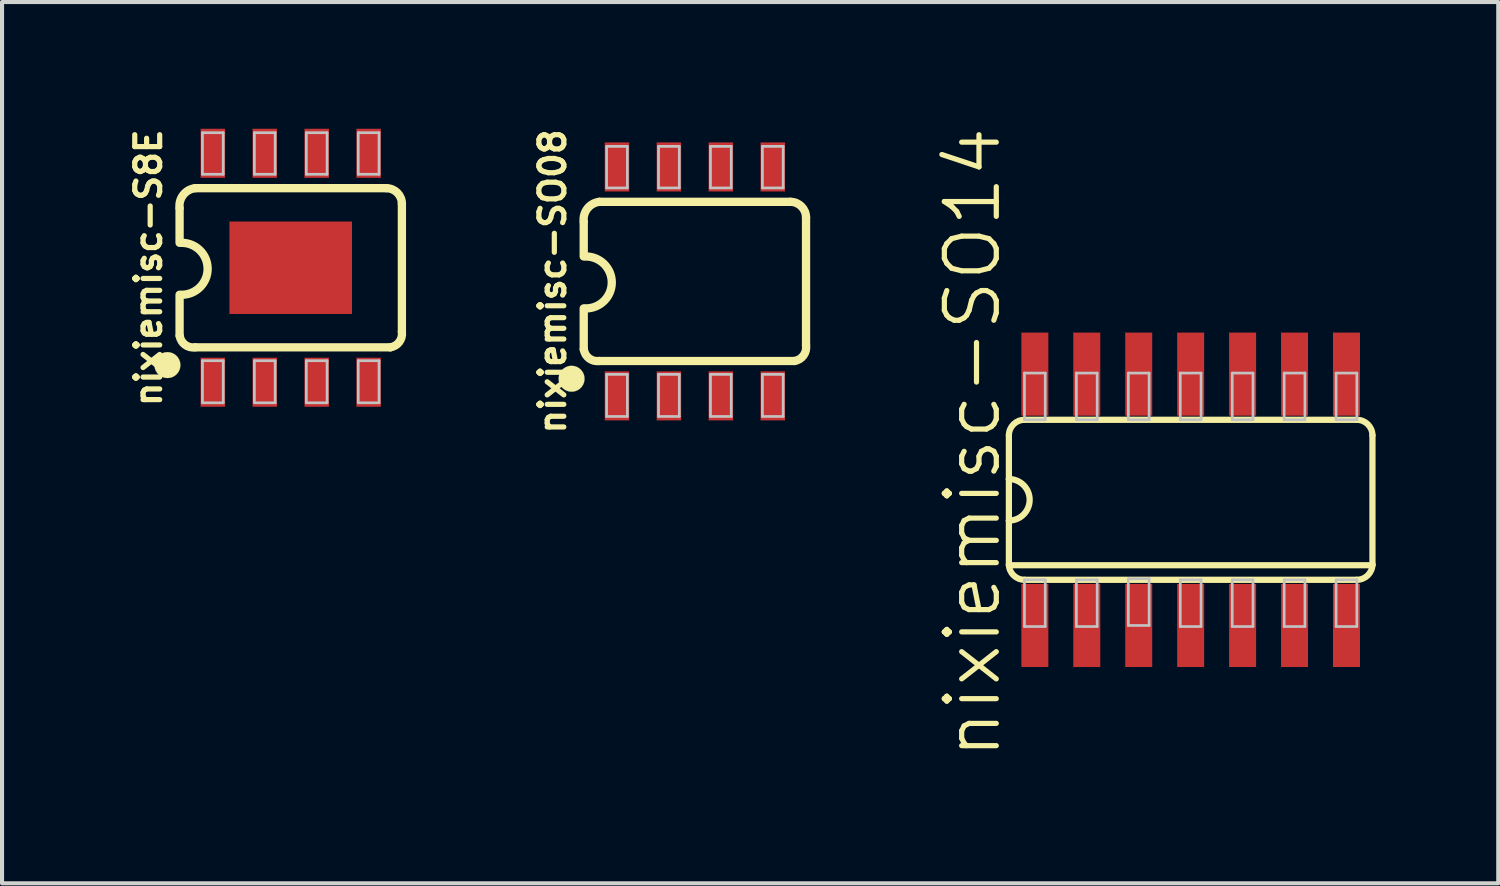
<source format=kicad_pcb>
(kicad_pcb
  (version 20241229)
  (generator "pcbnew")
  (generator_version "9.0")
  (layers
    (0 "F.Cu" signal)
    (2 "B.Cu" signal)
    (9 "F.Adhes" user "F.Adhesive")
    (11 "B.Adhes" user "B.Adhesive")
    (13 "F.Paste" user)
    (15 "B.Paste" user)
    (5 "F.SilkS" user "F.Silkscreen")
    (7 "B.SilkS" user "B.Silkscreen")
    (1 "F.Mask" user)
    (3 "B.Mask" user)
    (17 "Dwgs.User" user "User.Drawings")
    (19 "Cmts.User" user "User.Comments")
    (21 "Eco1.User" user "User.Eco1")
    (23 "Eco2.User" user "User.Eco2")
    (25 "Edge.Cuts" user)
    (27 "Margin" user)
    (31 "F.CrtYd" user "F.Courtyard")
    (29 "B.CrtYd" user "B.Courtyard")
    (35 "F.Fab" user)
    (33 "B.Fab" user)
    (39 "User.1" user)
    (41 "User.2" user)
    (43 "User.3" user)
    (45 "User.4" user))
  (footprint "nixiemisc-SO14"
    (layer "F.Cu")
    (at 26.064 9.171)
    (property "Reference" "nixiemisc-SO14" (at -5.334 -1.397 90) (layer "F.SilkS") (effects (font (size 1.27 1.27) (thickness 0.127))))
    (attr smd)
    (fp_line (start -4.445 -1.575) (end -4.445 -0.508) (stroke (width 0.152) (type solid)) (layer "F.SilkS"))
    (fp_line (start -4.445 -0.508) (end -4.445 0.508) (stroke (width 0.152) (type solid)) (layer "F.SilkS"))
    (fp_line (start -4.445 0.508) (end -4.445 1.575) (stroke (width 0.152) (type solid)) (layer "F.SilkS"))
    (fp_line (start -4.445 1.6) (end 4.445 1.6) (stroke (width 0.152) (type solid)) (layer "F.SilkS"))
    (fp_line (start -4.064 1.956) (end 4.064 1.956) (stroke (width 0.152) (type solid)) (layer "F.SilkS"))
    (fp_line (start 4.064 -1.956) (end -4.064 -1.956) (stroke (width 0.152) (type solid)) (layer "F.SilkS"))
    (fp_line (start 4.445 1.575) (end 4.445 -1.575) (stroke (width 0.152) (type solid)) (layer "F.SilkS"))
    (fp_arc (start -4.445 -1.5748) (mid -4.333408 -1.844208) (end -4.064 -1.9558) (stroke (width 0.1524) (type solid)) (layer "F.SilkS"))
    (fp_arc (start -4.445 -0.508) (mid -3.937 0) (end -4.445 0.508) (stroke (width 0.1524) (type solid)) (layer "F.SilkS"))
    (fp_arc (start -4.064 1.9558) (mid -4.333408 1.844208) (end -4.445 1.5748) (stroke (width 0.1524) (type solid)) (layer "F.SilkS"))
    (fp_arc (start 4.064 -1.9558) (mid 4.333408 -1.844208) (end 4.445 -1.5748) (stroke (width 0.1524) (type solid)) (layer "F.SilkS"))
    (fp_arc (start 4.445 1.5748) (mid 4.333408 1.844208) (end 4.064 1.9558) (stroke (width 0.1524) (type solid)) (layer "F.SilkS"))
    (fp_line (start -4.064 -3.099) (end -3.556 -3.099) (stroke (width 0.066) (type solid)) (layer "Dwgs.User"))
    (fp_line (start -4.064 -1.956) (end -4.064 -3.099) (stroke (width 0.066) (type solid)) (layer "Dwgs.User"))
    (fp_line (start -4.064 -1.956) (end -3.556 -1.956) (stroke (width 0.066) (type solid)) (layer "Dwgs.User"))
    (fp_line (start -4.064 1.956) (end -3.556 1.956) (stroke (width 0.066) (type solid)) (layer "Dwgs.User"))
    (fp_line (start -4.064 3.099) (end -4.064 1.956) (stroke (width 0.066) (type solid)) (layer "Dwgs.User"))
    (fp_line (start -4.064 3.099) (end -3.556 3.099) (stroke (width 0.066) (type solid)) (layer "Dwgs.User"))
    (fp_line (start -3.556 -1.956) (end -3.556 -3.099) (stroke (width 0.066) (type solid)) (layer "Dwgs.User"))
    (fp_line (start -3.556 3.099) (end -3.556 1.956) (stroke (width 0.066) (type solid)) (layer "Dwgs.User"))
    (fp_line (start -2.794 -3.099) (end -2.286 -3.099) (stroke (width 0.066) (type solid)) (layer "Dwgs.User"))
    (fp_line (start -2.794 -1.956) (end -2.794 -3.099) (stroke (width 0.066) (type solid)) (layer "Dwgs.User"))
    (fp_line (start -2.794 -1.956) (end -2.286 -1.956) (stroke (width 0.066) (type solid)) (layer "Dwgs.User"))
    (fp_line (start -2.794 1.956) (end -2.286 1.956) (stroke (width 0.066) (type solid)) (layer "Dwgs.User"))
    (fp_line (start -2.794 3.099) (end -2.794 1.956) (stroke (width 0.066) (type solid)) (layer "Dwgs.User"))
    (fp_line (start -2.794 3.099) (end -2.286 3.099) (stroke (width 0.066) (type solid)) (layer "Dwgs.User"))
    (fp_line (start -2.286 -1.956) (end -2.286 -3.099) (stroke (width 0.066) (type solid)) (layer "Dwgs.User"))
    (fp_line (start -2.286 3.099) (end -2.286 1.956) (stroke (width 0.066) (type solid)) (layer "Dwgs.User"))
    (fp_line (start -1.524 -3.099) (end -1.016 -3.099) (stroke (width 0.066) (type solid)) (layer "Dwgs.User"))
    (fp_line (start -1.524 -1.956) (end -1.524 -3.099) (stroke (width 0.066) (type solid)) (layer "Dwgs.User"))
    (fp_line (start -1.524 -1.956) (end -1.016 -1.956) (stroke (width 0.066) (type solid)) (layer "Dwgs.User"))
    (fp_line (start -1.524 1.93) (end -1.016 1.93) (stroke (width 0.066) (type solid)) (layer "Dwgs.User"))
    (fp_line (start -1.524 3.073) (end -1.524 1.93) (stroke (width 0.066) (type solid)) (layer "Dwgs.User"))
    (fp_line (start -1.524 3.073) (end -1.016 3.073) (stroke (width 0.066) (type solid)) (layer "Dwgs.User"))
    (fp_line (start -1.016 -1.956) (end -1.016 -3.099) (stroke (width 0.066) (type solid)) (layer "Dwgs.User"))
    (fp_line (start -1.016 3.073) (end -1.016 1.93) (stroke (width 0.066) (type solid)) (layer "Dwgs.User"))
    (fp_line (start -0.254 -3.099) (end 0.254 -3.099) (stroke (width 0.066) (type solid)) (layer "Dwgs.User"))
    (fp_line (start -0.254 -1.956) (end -0.254 -3.099) (stroke (width 0.066) (type solid)) (layer "Dwgs.User"))
    (fp_line (start -0.254 -1.956) (end 0.254 -1.956) (stroke (width 0.066) (type solid)) (layer "Dwgs.User"))
    (fp_line (start -0.254 1.956) (end 0.254 1.956) (stroke (width 0.066) (type solid)) (layer "Dwgs.User"))
    (fp_line (start -0.254 3.099) (end -0.254 1.956) (stroke (width 0.066) (type solid)) (layer "Dwgs.User"))
    (fp_line (start -0.254 3.099) (end 0.254 3.099) (stroke (width 0.066) (type solid)) (layer "Dwgs.User"))
    (fp_line (start 0.254 -1.956) (end 0.254 -3.099) (stroke (width 0.066) (type solid)) (layer "Dwgs.User"))
    (fp_line (start 0.254 3.099) (end 0.254 1.956) (stroke (width 0.066) (type solid)) (layer "Dwgs.User"))
    (fp_line (start 1.016 -3.099) (end 1.524 -3.099) (stroke (width 0.066) (type solid)) (layer "Dwgs.User"))
    (fp_line (start 1.016 -1.956) (end 1.016 -3.099) (stroke (width 0.066) (type solid)) (layer "Dwgs.User"))
    (fp_line (start 1.016 -1.956) (end 1.524 -1.956) (stroke (width 0.066) (type solid)) (layer "Dwgs.User"))
    (fp_line (start 1.016 1.956) (end 1.524 1.956) (stroke (width 0.066) (type solid)) (layer "Dwgs.User"))
    (fp_line (start 1.016 3.099) (end 1.016 1.956) (stroke (width 0.066) (type solid)) (layer "Dwgs.User"))
    (fp_line (start 1.016 3.099) (end 1.524 3.099) (stroke (width 0.066) (type solid)) (layer "Dwgs.User"))
    (fp_line (start 1.524 -1.956) (end 1.524 -3.099) (stroke (width 0.066) (type solid)) (layer "Dwgs.User"))
    (fp_line (start 1.524 3.099) (end 1.524 1.956) (stroke (width 0.066) (type solid)) (layer "Dwgs.User"))
    (fp_line (start 2.286 -3.099) (end 2.794 -3.099) (stroke (width 0.066) (type solid)) (layer "Dwgs.User"))
    (fp_line (start 2.286 -1.956) (end 2.286 -3.099) (stroke (width 0.066) (type solid)) (layer "Dwgs.User"))
    (fp_line (start 2.286 -1.956) (end 2.794 -1.956) (stroke (width 0.066) (type solid)) (layer "Dwgs.User"))
    (fp_line (start 2.286 1.956) (end 2.794 1.956) (stroke (width 0.066) (type solid)) (layer "Dwgs.User"))
    (fp_line (start 2.286 3.099) (end 2.286 1.956) (stroke (width 0.066) (type solid)) (layer "Dwgs.User"))
    (fp_line (start 2.286 3.099) (end 2.794 3.099) (stroke (width 0.066) (type solid)) (layer "Dwgs.User"))
    (fp_line (start 2.794 -1.956) (end 2.794 -3.099) (stroke (width 0.066) (type solid)) (layer "Dwgs.User"))
    (fp_line (start 2.794 3.099) (end 2.794 1.956) (stroke (width 0.066) (type solid)) (layer "Dwgs.User"))
    (fp_line (start 3.556 -3.099) (end 4.064 -3.099) (stroke (width 0.066) (type solid)) (layer "Dwgs.User"))
    (fp_line (start 3.556 -1.956) (end 3.556 -3.099) (stroke (width 0.066) (type solid)) (layer "Dwgs.User"))
    (fp_line (start 3.556 -1.956) (end 4.064 -1.956) (stroke (width 0.066) (type solid)) (layer "Dwgs.User"))
    (fp_line (start 3.556 1.956) (end 4.064 1.956) (stroke (width 0.066) (type solid)) (layer "Dwgs.User"))
    (fp_line (start 3.556 3.099) (end 3.556 1.956) (stroke (width 0.066) (type solid)) (layer "Dwgs.User"))
    (fp_line (start 3.556 3.099) (end 4.064 3.099) (stroke (width 0.066) (type solid)) (layer "Dwgs.User"))
    (fp_line (start 4.064 -1.956) (end 4.064 -3.099) (stroke (width 0.066) (type solid)) (layer "Dwgs.User"))
    (fp_line (start 4.064 3.099) (end 4.064 1.956) (stroke (width 0.066) (type solid)) (layer "Dwgs.User"))
    (pad "1" smd rect (at -3.81 3.073) (size 0.66 2.032) (layers "F.Cu" "F.Mask" "F.Paste"))
    (pad "2" smd rect (at -2.54 3.073) (size 0.66 2.032) (layers "F.Cu" "F.Mask" "F.Paste"))
    (pad "3" smd rect (at -1.27 3.073) (size 0.66 2.032) (layers "F.Cu" "F.Mask" "F.Paste"))
    (pad "4" smd rect (at 0 3.073) (size 0.66 2.032) (layers "F.Cu" "F.Mask" "F.Paste"))
    (pad "5" smd rect (at 1.27 3.073) (size 0.66 2.032) (layers "F.Cu" "F.Mask" "F.Paste"))
    (pad "6" smd rect (at 2.54 3.073) (size 0.66 2.032) (layers "F.Cu" "F.Mask" "F.Paste"))
    (pad "7" smd rect (at 3.81 3.073) (size 0.66 2.032) (layers "F.Cu" "F.Mask" "F.Paste"))
    (pad "8" smd rect (at 3.81 -3.073) (size 0.66 2.032) (layers "F.Cu" "F.Mask" "F.Paste"))
    (pad "9" smd rect (at 2.54 -3.073) (size 0.66 2.032) (layers "F.Cu" "F.Mask" "F.Paste"))
    (pad "10" smd rect (at 1.27 -3.073) (size 0.66 2.032) (layers "F.Cu" "F.Mask" "F.Paste"))
    (pad "11" smd rect (at 0 -3.073) (size 0.66 2.032) (layers "F.Cu" "F.Mask" "F.Paste"))
    (pad "12" smd rect (at -1.27 -3.073) (size 0.66 2.032) (layers "F.Cu" "F.Mask" "F.Paste"))
    (pad "13" smd rect (at -2.54 -3.073) (size 0.66 2.032) (layers "F.Cu" "F.Mask" "F.Paste"))
    (pad "14" smd rect (at -3.81 -3.073) (size 0.66 2.032) (layers "F.Cu" "F.Mask" "F.Paste")))
  (footprint "nixiemisc-S8E"
    (layer "F.Cu")
    (at 4.059 3.497)
    (property "Reference" "nixiemisc-S8E" (at -3.48 0 90) (layer "F.SilkS") (effects (font (size 0.61 0.61) (thickness 0.127))))
    (attr smd)
    (fp_line (start -2.718 -1.45) (end -2.718 -0.61) (stroke (width 0.203) (type solid)) (layer "F.SilkS"))
    (fp_line (start -2.718 1.664) (end -2.718 0.66) (stroke (width 0.203) (type solid)) (layer "F.SilkS"))
    (fp_line (start -2.337 1.946) (end 2.436 1.946) (stroke (width 0.203) (type solid)) (layer "F.SilkS"))
    (fp_line (start 2.337 -1.946) (end -2.337 -1.946) (stroke (width 0.203) (type solid)) (layer "F.SilkS"))
    (fp_line (start 2.718 1.565) (end 2.718 -1.565) (stroke (width 0.203) (type solid)) (layer "F.SilkS"))
    (fp_arc (start -2.7178 -1.46304) (mid -2.62725 -1.783248) (end -2.3368 -1.94564) (stroke (width 0.2032) (type solid)) (layer "F.SilkS"))
    (fp_arc (start -2.667 -0.6096) (mid -2.032 0.0254) (end -2.667 0.6604) (stroke (width 0.2032) (type solid)) (layer "F.SilkS"))
    (fp_arc (start -2.3368 1.94564) (mid -2.584422 1.883052) (end -2.71526 1.6637) (stroke (width 0.2032) (type solid)) (layer "F.SilkS"))
    (fp_arc (start 2.3368 -1.94564) (mid 2.606208 -1.834048) (end 2.7178 -1.56464) (stroke (width 0.2032) (type solid)) (layer "F.SilkS"))
    (fp_arc (start 2.7178 1.56464) (mid 2.654468 1.814058) (end 2.43332 1.94564) (stroke (width 0.2032) (type solid)) (layer "F.SilkS"))
    (fp_poly (pts (xy -2.697 2.38) (xy -2.705 2.309) (xy -2.728 2.243) (xy -2.766 2.182) (xy -2.817 2.131) (xy -2.878 2.093) (xy -2.944 2.07) (xy -3.015 2.062) (xy -3.086 2.07) (xy -3.152 2.093) (xy -3.213 2.131) (xy -3.264 2.182) (xy -3.302 2.243) (xy -3.325 2.309) (xy -3.332 2.38) (xy -3.325 2.451) (xy -3.302 2.517) (xy -3.264 2.578) (xy -3.213 2.629) (xy -3.152 2.667) (xy -3.086 2.69) (xy -3.015 2.697) (xy -2.944 2.69) (xy -2.878 2.667) (xy -2.817 2.629) (xy -2.766 2.578) (xy -2.728 2.517) (xy -2.705 2.451) (xy -2.697 2.38)) (stroke (width 0.003) (type solid)) (fill yes) (layer "F.SilkS"))
    (fp_line (start -2.159 -3.302) (end -1.651 -3.302) (stroke (width 0.066) (type solid)) (layer "Dwgs.User"))
    (fp_line (start -2.159 -2.286) (end -2.159 -3.302) (stroke (width 0.066) (type solid)) (layer "Dwgs.User"))
    (fp_line (start -2.159 -2.286) (end -1.651 -2.286) (stroke (width 0.066) (type solid)) (layer "Dwgs.User"))
    (fp_line (start -2.159 2.273) (end -1.651 2.273) (stroke (width 0.066) (type solid)) (layer "Dwgs.User"))
    (fp_line (start -2.159 3.302) (end -2.159 2.273) (stroke (width 0.066) (type solid)) (layer "Dwgs.User"))
    (fp_line (start -2.159 3.302) (end -1.651 3.302) (stroke (width 0.066) (type solid)) (layer "Dwgs.User"))
    (fp_line (start -1.651 -2.286) (end -1.651 -3.302) (stroke (width 0.066) (type solid)) (layer "Dwgs.User"))
    (fp_line (start -1.651 3.302) (end -1.651 2.273) (stroke (width 0.066) (type solid)) (layer "Dwgs.User"))
    (fp_line (start -0.889 -3.302) (end -0.381 -3.302) (stroke (width 0.066) (type solid)) (layer "Dwgs.User"))
    (fp_line (start -0.889 -2.286) (end -0.889 -3.302) (stroke (width 0.066) (type solid)) (layer "Dwgs.User"))
    (fp_line (start -0.889 -2.286) (end -0.381 -2.286) (stroke (width 0.066) (type solid)) (layer "Dwgs.User"))
    (fp_line (start -0.889 2.273) (end -0.381 2.273) (stroke (width 0.066) (type solid)) (layer "Dwgs.User"))
    (fp_line (start -0.889 3.302) (end -0.889 2.273) (stroke (width 0.066) (type solid)) (layer "Dwgs.User"))
    (fp_line (start -0.889 3.302) (end -0.381 3.302) (stroke (width 0.066) (type solid)) (layer "Dwgs.User"))
    (fp_line (start -0.381 -2.286) (end -0.381 -3.302) (stroke (width 0.066) (type solid)) (layer "Dwgs.User"))
    (fp_line (start -0.381 3.302) (end -0.381 2.273) (stroke (width 0.066) (type solid)) (layer "Dwgs.User"))
    (fp_line (start 0.381 -3.302) (end 0.889 -3.302) (stroke (width 0.066) (type solid)) (layer "Dwgs.User"))
    (fp_line (start 0.381 -2.286) (end 0.381 -3.302) (stroke (width 0.066) (type solid)) (layer "Dwgs.User"))
    (fp_line (start 0.381 -2.286) (end 0.889 -2.286) (stroke (width 0.066) (type solid)) (layer "Dwgs.User"))
    (fp_line (start 0.381 2.273) (end 0.889 2.273) (stroke (width 0.066) (type solid)) (layer "Dwgs.User"))
    (fp_line (start 0.381 3.302) (end 0.381 2.273) (stroke (width 0.066) (type solid)) (layer "Dwgs.User"))
    (fp_line (start 0.381 3.302) (end 0.889 3.302) (stroke (width 0.066) (type solid)) (layer "Dwgs.User"))
    (fp_line (start 0.889 -2.286) (end 0.889 -3.302) (stroke (width 0.066) (type solid)) (layer "Dwgs.User"))
    (fp_line (start 0.889 3.302) (end 0.889 2.273) (stroke (width 0.066) (type solid)) (layer "Dwgs.User"))
    (fp_line (start 1.651 -3.302) (end 2.159 -3.302) (stroke (width 0.066) (type solid)) (layer "Dwgs.User"))
    (fp_line (start 1.651 -2.286) (end 1.651 -3.302) (stroke (width 0.066) (type solid)) (layer "Dwgs.User"))
    (fp_line (start 1.651 -2.286) (end 2.159 -2.286) (stroke (width 0.066) (type solid)) (layer "Dwgs.User"))
    (fp_line (start 1.651 2.273) (end 2.159 2.273) (stroke (width 0.066) (type solid)) (layer "Dwgs.User"))
    (fp_line (start 1.651 3.302) (end 1.651 2.273) (stroke (width 0.066) (type solid)) (layer "Dwgs.User"))
    (fp_line (start 1.651 3.302) (end 2.159 3.302) (stroke (width 0.066) (type solid)) (layer "Dwgs.User"))
    (fp_line (start 2.159 -2.286) (end 2.159 -3.302) (stroke (width 0.066) (type solid)) (layer "Dwgs.User"))
    (fp_line (start 2.159 3.302) (end 2.159 2.273) (stroke (width 0.066) (type solid)) (layer "Dwgs.User"))
    (pad "1" smd rect (at -1.905 2.799) (size 0.599 1.199) (layers "F.Cu" "F.Mask" "F.Paste"))
    (pad "2" smd rect (at -0.635 2.799) (size 0.599 1.199) (layers "F.Cu" "F.Mask" "F.Paste"))
    (pad "3" smd rect (at 0.635 2.799) (size 0.599 1.199) (layers "F.Cu" "F.Mask" "F.Paste"))
    (pad "4" smd rect (at 1.905 2.799) (size 0.599 1.199) (layers "F.Cu" "F.Mask" "F.Paste"))
    (pad "5" smd rect (at 1.905 -2.799) (size 0.599 1.199) (layers "F.Cu" "F.Mask" "F.Paste"))
    (pad "6" smd rect (at 0.635 -2.799) (size 0.599 1.199) (layers "F.Cu" "F.Mask" "F.Paste"))
    (pad "7" smd rect (at -0.635 -2.799) (size 0.599 1.199) (layers "F.Cu" "F.Mask" "F.Paste"))
    (pad "8" smd rect (at -1.905 -2.799) (size 0.599 1.199) (layers "F.Cu" "F.Mask" "F.Paste"))
    (pad "9" smd rect (at 0 0) (size 2.997 2.261) (layers "F.Cu" "F.Mask" "F.Paste")))
  (footprint "nixiemisc-SO08"
    (layer "F.Cu")
    (at 13.941 3.831)
    (property "Reference" "nixiemisc-SO08" (at -3.48 0 90) (layer "F.SilkS") (effects (font (size 0.61 0.61) (thickness 0.127))))
    (attr smd)
    (fp_line (start -2.718 -1.45) (end -2.718 -0.61) (stroke (width 0.203) (type solid)) (layer "F.SilkS"))
    (fp_line (start -2.718 1.664) (end -2.718 0.66) (stroke (width 0.203) (type solid)) (layer "F.SilkS"))
    (fp_line (start -2.337 1.946) (end 2.436 1.946) (stroke (width 0.203) (type solid)) (layer "F.SilkS"))
    (fp_line (start 2.337 -1.946) (end -2.337 -1.946) (stroke (width 0.203) (type solid)) (layer "F.SilkS"))
    (fp_line (start 2.718 1.565) (end 2.718 -1.565) (stroke (width 0.203) (type solid)) (layer "F.SilkS"))
    (fp_arc (start -2.7178 -1.46304) (mid -2.62725 -1.783248) (end -2.3368 -1.94564) (stroke (width 0.2032) (type solid)) (layer "F.SilkS"))
    (fp_arc (start -2.667 -0.6096) (mid -2.032 0.0254) (end -2.667 0.6604) (stroke (width 0.2032) (type solid)) (layer "F.SilkS"))
    (fp_arc (start -2.3368 1.94564) (mid -2.584422 1.883052) (end -2.71526 1.6637) (stroke (width 0.2032) (type solid)) (layer "F.SilkS"))
    (fp_arc (start 2.3368 -1.94564) (mid 2.606208 -1.834048) (end 2.7178 -1.56464) (stroke (width 0.2032) (type solid)) (layer "F.SilkS"))
    (fp_arc (start 2.7178 1.56464) (mid 2.654468 1.814058) (end 2.43332 1.94564) (stroke (width 0.2032) (type solid)) (layer "F.SilkS"))
    (fp_poly (pts (xy -2.697 2.38) (xy -2.705 2.309) (xy -2.728 2.243) (xy -2.766 2.182) (xy -2.817 2.131) (xy -2.878 2.093) (xy -2.944 2.07) (xy -3.015 2.062) (xy -3.086 2.07) (xy -3.152 2.093) (xy -3.213 2.131) (xy -3.264 2.182) (xy -3.302 2.243) (xy -3.325 2.309) (xy -3.332 2.38) (xy -3.325 2.451) (xy -3.302 2.517) (xy -3.264 2.578) (xy -3.213 2.629) (xy -3.152 2.667) (xy -3.086 2.69) (xy -3.015 2.697) (xy -2.944 2.69) (xy -2.878 2.667) (xy -2.817 2.629) (xy -2.766 2.578) (xy -2.728 2.517) (xy -2.705 2.451) (xy -2.697 2.38)) (stroke (width 0.003) (type solid)) (fill yes) (layer "F.SilkS"))
    (fp_line (start -2.159 -3.302) (end -1.651 -3.302) (stroke (width 0.066) (type solid)) (layer "Dwgs.User"))
    (fp_line (start -2.159 -2.286) (end -2.159 -3.302) (stroke (width 0.066) (type solid)) (layer "Dwgs.User"))
    (fp_line (start -2.159 -2.286) (end -1.651 -2.286) (stroke (width 0.066) (type solid)) (layer "Dwgs.User"))
    (fp_line (start -2.159 2.273) (end -1.651 2.273) (stroke (width 0.066) (type solid)) (layer "Dwgs.User"))
    (fp_line (start -2.159 3.302) (end -2.159 2.273) (stroke (width 0.066) (type solid)) (layer "Dwgs.User"))
    (fp_line (start -2.159 3.302) (end -1.651 3.302) (stroke (width 0.066) (type solid)) (layer "Dwgs.User"))
    (fp_line (start -1.651 -2.286) (end -1.651 -3.302) (stroke (width 0.066) (type solid)) (layer "Dwgs.User"))
    (fp_line (start -1.651 3.302) (end -1.651 2.273) (stroke (width 0.066) (type solid)) (layer "Dwgs.User"))
    (fp_line (start -0.889 -3.302) (end -0.381 -3.302) (stroke (width 0.066) (type solid)) (layer "Dwgs.User"))
    (fp_line (start -0.889 -2.286) (end -0.889 -3.302) (stroke (width 0.066) (type solid)) (layer "Dwgs.User"))
    (fp_line (start -0.889 -2.286) (end -0.381 -2.286) (stroke (width 0.066) (type solid)) (layer "Dwgs.User"))
    (fp_line (start -0.889 2.273) (end -0.381 2.273) (stroke (width 0.066) (type solid)) (layer "Dwgs.User"))
    (fp_line (start -0.889 3.302) (end -0.889 2.273) (stroke (width 0.066) (type solid)) (layer "Dwgs.User"))
    (fp_line (start -0.889 3.302) (end -0.381 3.302) (stroke (width 0.066) (type solid)) (layer "Dwgs.User"))
    (fp_line (start -0.381 -2.286) (end -0.381 -3.302) (stroke (width 0.066) (type solid)) (layer "Dwgs.User"))
    (fp_line (start -0.381 3.302) (end -0.381 2.273) (stroke (width 0.066) (type solid)) (layer "Dwgs.User"))
    (fp_line (start 0.381 -3.302) (end 0.889 -3.302) (stroke (width 0.066) (type solid)) (layer "Dwgs.User"))
    (fp_line (start 0.381 -2.286) (end 0.381 -3.302) (stroke (width 0.066) (type solid)) (layer "Dwgs.User"))
    (fp_line (start 0.381 -2.286) (end 0.889 -2.286) (stroke (width 0.066) (type solid)) (layer "Dwgs.User"))
    (fp_line (start 0.381 2.273) (end 0.889 2.273) (stroke (width 0.066) (type solid)) (layer "Dwgs.User"))
    (fp_line (start 0.381 3.302) (end 0.381 2.273) (stroke (width 0.066) (type solid)) (layer "Dwgs.User"))
    (fp_line (start 0.381 3.302) (end 0.889 3.302) (stroke (width 0.066) (type solid)) (layer "Dwgs.User"))
    (fp_line (start 0.889 -2.286) (end 0.889 -3.302) (stroke (width 0.066) (type solid)) (layer "Dwgs.User"))
    (fp_line (start 0.889 3.302) (end 0.889 2.273) (stroke (width 0.066) (type solid)) (layer "Dwgs.User"))
    (fp_line (start 1.651 -3.302) (end 2.159 -3.302) (stroke (width 0.066) (type solid)) (layer "Dwgs.User"))
    (fp_line (start 1.651 -2.286) (end 1.651 -3.302) (stroke (width 0.066) (type solid)) (layer "Dwgs.User"))
    (fp_line (start 1.651 -2.286) (end 2.159 -2.286) (stroke (width 0.066) (type solid)) (layer "Dwgs.User"))
    (fp_line (start 1.651 2.273) (end 2.159 2.273) (stroke (width 0.066) (type solid)) (layer "Dwgs.User"))
    (fp_line (start 1.651 3.302) (end 1.651 2.273) (stroke (width 0.066) (type solid)) (layer "Dwgs.User"))
    (fp_line (start 1.651 3.302) (end 2.159 3.302) (stroke (width 0.066) (type solid)) (layer "Dwgs.User"))
    (fp_line (start 2.159 -2.286) (end 2.159 -3.302) (stroke (width 0.066) (type solid)) (layer "Dwgs.User"))
    (fp_line (start 2.159 3.302) (end 2.159 2.273) (stroke (width 0.066) (type solid)) (layer "Dwgs.User"))
    (pad "1" smd rect (at -1.905 2.799) (size 0.599 1.199) (layers "F.Cu" "F.Mask" "F.Paste"))
    (pad "2" smd rect (at -0.635 2.799) (size 0.599 1.199) (layers "F.Cu" "F.Mask" "F.Paste"))
    (pad "3" smd rect (at 0.635 2.799) (size 0.599 1.199) (layers "F.Cu" "F.Mask" "F.Paste"))
    (pad "4" smd rect (at 1.905 2.799) (size 0.599 1.199) (layers "F.Cu" "F.Mask" "F.Paste"))
    (pad "5" smd rect (at 1.905 -2.799) (size 0.599 1.199) (layers "F.Cu" "F.Mask" "F.Paste"))
    (pad "6" smd rect (at 0.635 -2.799) (size 0.599 1.199) (layers "F.Cu" "F.Mask" "F.Paste"))
    (pad "7" smd rect (at -0.635 -2.799) (size 0.599 1.199) (layers "F.Cu" "F.Mask" "F.Paste"))
    (pad "8" smd rect (at -1.905 -2.799) (size 0.599 1.199) (layers "F.Cu" "F.Mask" "F.Paste")))
  (gr_rect
    (start -3 -3)
    (end 33.585 18.548)
    (stroke (width 0.1) (type default))
    (fill no)
    (layer "Edge.Cuts")))
</source>
